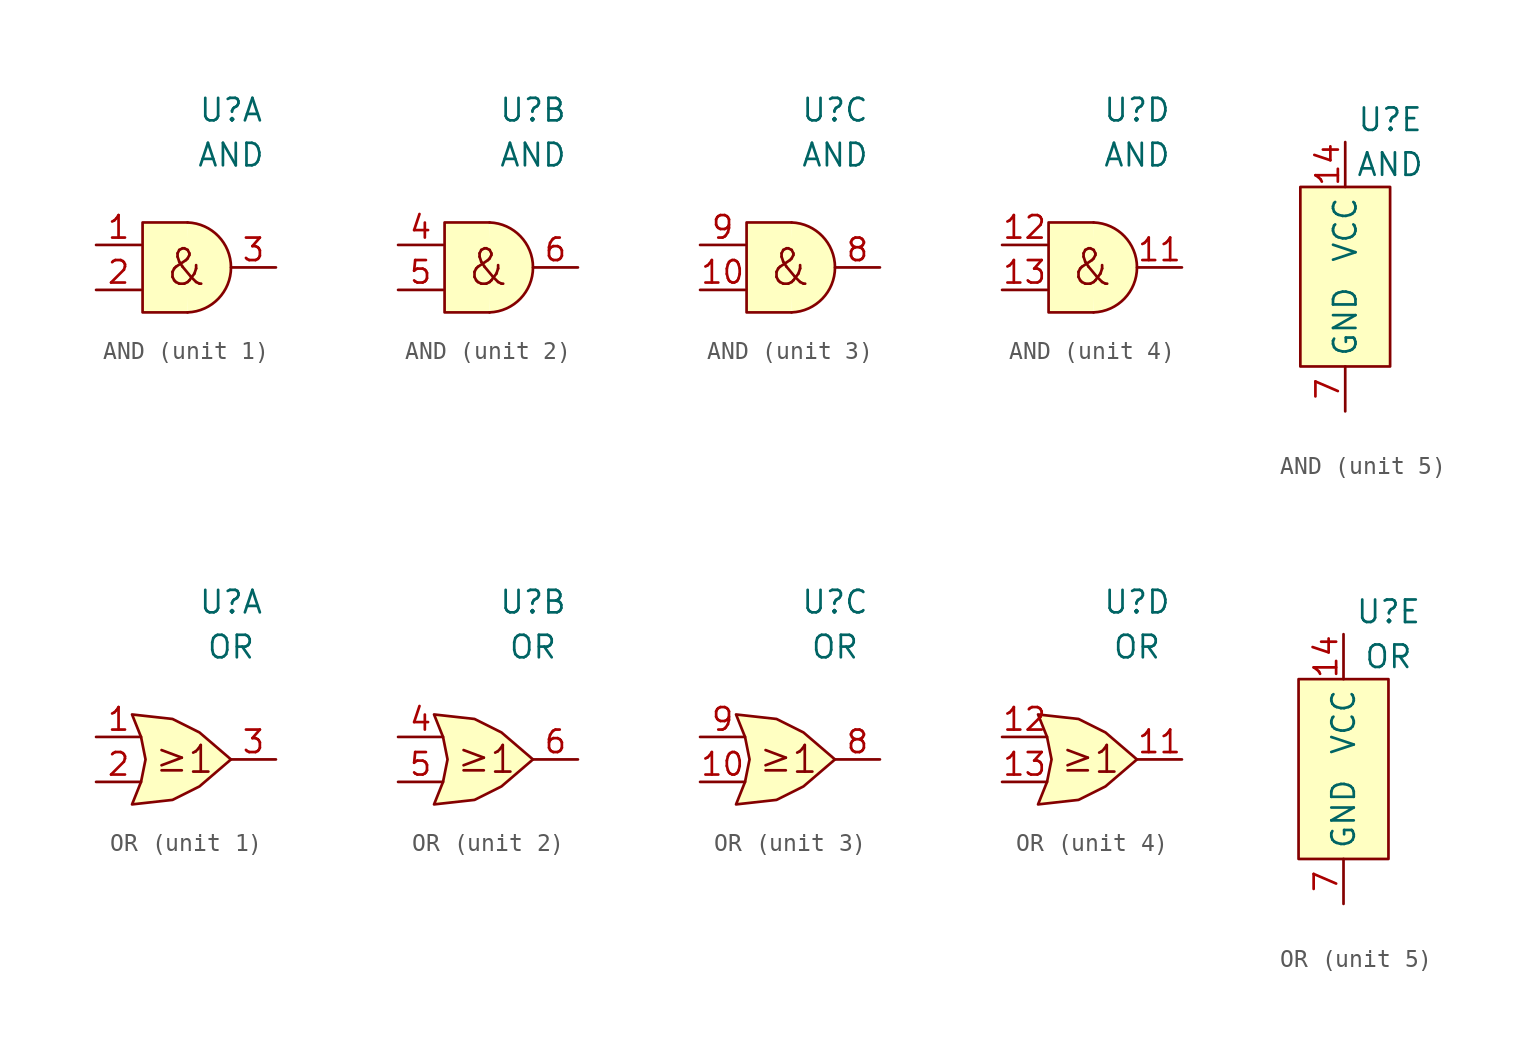
<source format=kicad_sym>
(kicad_symbol_lib
  (version 20220914)
  (generator kicad_symbol_editor)
  (symbol "AND"
    (property "Reference" "U"
      (at 2.54 8.89 0)
      (effects (font (size 1.27 1.27))))
    (property "Value" "AND"
      (at 2.54 6.35 0)
      (effects (font (size 1.27 1.27))))
    (property "ki_locked" ""
      (at 0 0 0)
      (effects (font (size 1.27 1.27))))
    (symbol "AND_1_1"
      (polyline (pts (xy 0.087 2.54) (xy -2.453 2.54) (xy -2.453 -2.54) (xy 0.087 -2.54)) (stroke (width 0) (type default)) (fill (type background)))
      (arc (start 0.0873 -2.54) (mid 2.5415 0) (end 0.0873 2.54) (stroke (width 0) (type default)) (fill (type background)))
      (text "&" (at 0 0 0) (effects (font (size 2 2))))
      (pin input line (at -5.08 1.27 0) (length 2.54) (name "" (effects (font (size 1.27 1.27)))) (number "1" (effects (font (size 1.27 1.27)))))
      (pin input line (at -5.08 -1.27 0) (length 2.54) (name "" (effects (font (size 1.27 1.27)))) (number "2" (effects (font (size 1.27 1.27)))))
      (pin output line (at 5.08 0 180) (length 2.54) (name "" (effects (font (size 1.27 1.27)))) (number "3" (effects (font (size 1.27 1.27))))))
    (symbol "AND_2_1"
      (polyline (pts (xy 0.087 2.54) (xy -2.453 2.54) (xy -2.453 -2.54) (xy 0.087 -2.54)) (stroke (width 0) (type default)) (fill (type background)))
      (arc (start 0.0873 -2.54) (mid 2.5415 0) (end 0.0873 2.54) (stroke (width 0) (type default)) (fill (type background)))
      (text "&" (at 0 0 0) (effects (font (size 2 2))))
      (pin input line (at -5.08 1.27 0) (length 2.54) (name "" (effects (font (size 1.27 1.27)))) (number "4" (effects (font (size 1.27 1.27)))))
      (pin input line (at -5.08 -1.27 0) (length 2.54) (name "" (effects (font (size 1.27 1.27)))) (number "5" (effects (font (size 1.27 1.27)))))
      (pin output line (at 5.08 0 180) (length 2.54) (name "" (effects (font (size 1.27 1.27)))) (number "6" (effects (font (size 1.27 1.27))))))
    (symbol "AND_3_1"
      (polyline (pts (xy 0.087 2.54) (xy -2.453 2.54) (xy -2.453 -2.54) (xy 0.087 -2.54)) (stroke (width 0) (type default)) (fill (type background)))
      (arc (start 0.0873 -2.54) (mid 2.5415 0) (end 0.0873 2.54) (stroke (width 0) (type default)) (fill (type background)))
      (text "&" (at 0 0 0) (effects (font (size 2 2))))
      (pin input line (at -5.08 -1.27 0) (length 2.54) (name "" (effects (font (size 1.27 1.27)))) (number "10" (effects (font (size 1.27 1.27)))))
      (pin output line (at 5.08 0 180) (length 2.54) (name "" (effects (font (size 1.27 1.27)))) (number "8" (effects (font (size 1.27 1.27)))))
      (pin input line (at -5.08 1.27 0) (length 2.54) (name "" (effects (font (size 1.27 1.27)))) (number "9" (effects (font (size 1.27 1.27))))))
    (symbol "AND_4_1"
      (polyline (pts (xy 0.087 2.54) (xy -2.453 2.54) (xy -2.453 -2.54) (xy 0.087 -2.54)) (stroke (width 0) (type default)) (fill (type background)))
      (arc (start 0.0873 -2.54) (mid 2.5415 0) (end 0.0873 2.54) (stroke (width 0) (type default)) (fill (type background)))
      (text "&" (at 0 0 0) (effects (font (size 2 2))))
      (pin output line (at 5.08 0 180) (length 2.54) (name "" (effects (font (size 1.27 1.27)))) (number "11" (effects (font (size 1.27 1.27)))))
      (pin input line (at -5.08 1.27 0) (length 2.54) (name "" (effects (font (size 1.27 1.27)))) (number "12" (effects (font (size 1.27 1.27)))))
      (pin input line (at -5.08 -1.27 0) (length 2.54) (name "" (effects (font (size 1.27 1.27)))) (number "13" (effects (font (size 1.27 1.27))))))
    (symbol "AND_5_1"
      (rectangle (start -2.54 5.08) (end 2.54 -5.08) (stroke (width 0) (type default)) (fill (type background)))
      (pin power_in line (at 0 7.62 270) (length 2.54) (name "VCC" (effects (font (size 1.27 1.27)))) (number "14" (effects (font (size 1.27 1.27)))))
      (pin power_in line (at 0 -7.62 90) (length 2.54) (name "GND" (effects (font (size 1.27 1.27)))) (number "7" (effects (font (size 1.27 1.27)))))))
  (symbol "OR"
    (property "Reference" "U"
      (at 2.54 8.89 0)
      (effects (font (size 1.27 1.27))))
    (property "Value" "OR"
      (at 2.54 6.35 0)
      (effects (font (size 1.27 1.27))))
    (property "ki_locked" ""
      (at 0 0 0)
      (effects (font (size 1.27 1.27))))
    (symbol "OR_1_1"
      (polyline (pts (xy -3.048 2.54) (xy -2.54 1.27) (xy -2.286 0) (xy -2.54 -1.27) (xy -3.048 -2.54) (xy -0.762 -2.286) (xy 0.762 -1.524) (xy 2.54 0) (xy 0.762 1.524) (xy -0.762 2.286) (xy -3.048 2.54)) (stroke (width 0) (type default)) (fill (type background)))
      (text "≥1" (at -0.095 0 0) (effects (font (size 1.5 1.5))))
      (pin input line (at -5.08 1.27 0) (length 2.54) (name "" (effects (font (size 1.27 1.27)))) (number "1" (effects (font (size 1.27 1.27)))))
      (pin input line (at -5.08 -1.27 0) (length 2.54) (name "" (effects (font (size 1.27 1.27)))) (number "2" (effects (font (size 1.27 1.27)))))
      (pin output line (at 5.08 0 180) (length 2.54) (name "" (effects (font (size 1.27 1.27)))) (number "3" (effects (font (size 1.27 1.27))))))
    (symbol "OR_2_1"
      (polyline (pts (xy -3.048 2.54) (xy -2.54 1.27) (xy -2.286 0) (xy -2.54 -1.27) (xy -3.048 -2.54) (xy -0.762 -2.286) (xy 0.762 -1.524) (xy 2.54 0) (xy 0.762 1.524) (xy -0.762 2.286) (xy -3.048 2.54)) (stroke (width 0) (type default)) (fill (type background)))
      (text "≥1" (at -0.094 0 0) (effects (font (size 1.5 1.5))))
      (pin input line (at -5.08 1.27 0) (length 2.54) (name "" (effects (font (size 1.27 1.27)))) (number "4" (effects (font (size 1.27 1.27)))))
      (pin input line (at -5.08 -1.27 0) (length 2.54) (name "" (effects (font (size 1.27 1.27)))) (number "5" (effects (font (size 1.27 1.27)))))
      (pin output line (at 5.08 0 180) (length 2.54) (name "" (effects (font (size 1.27 1.27)))) (number "6" (effects (font (size 1.27 1.27))))))
    (symbol "OR_3_1"
      (polyline (pts (xy -3.048 2.54) (xy -2.54 1.27) (xy -2.286 0) (xy -2.54 -1.27) (xy -3.048 -2.54) (xy -0.762 -2.286) (xy 0.762 -1.524) (xy 2.54 0) (xy 0.762 1.524) (xy -0.762 2.286) (xy -3.048 2.54)) (stroke (width 0) (type default)) (fill (type background)))
      (text "≥1" (at -0.094 0 0) (effects (font (size 1.5 1.5))))
      (pin input line (at -5.08 -1.27 0) (length 2.54) (name "" (effects (font (size 1.27 1.27)))) (number "10" (effects (font (size 1.27 1.27)))))
      (pin output line (at 5.08 0 180) (length 2.54) (name "" (effects (font (size 1.27 1.27)))) (number "8" (effects (font (size 1.27 1.27)))))
      (pin input line (at -5.08 1.27 0) (length 2.54) (name "" (effects (font (size 1.27 1.27)))) (number "9" (effects (font (size 1.27 1.27))))))
    (symbol "OR_4_1"
      (polyline (pts (xy -3.048 2.54) (xy -2.54 1.27) (xy -2.286 0) (xy -2.54 -1.27) (xy -3.048 -2.54) (xy -0.762 -2.286) (xy 0.762 -1.524) (xy 2.54 0) (xy 0.762 1.524) (xy -0.762 2.286) (xy -3.048 2.54)) (stroke (width 0) (type default)) (fill (type background)))
      (text "≥1" (at -0.094 0 0) (effects (font (size 1.5 1.5))))
      (pin output line (at 5.08 0 180) (length 2.54) (name "" (effects (font (size 1.27 1.27)))) (number "11" (effects (font (size 1.27 1.27)))))
      (pin input line (at -5.08 1.27 0) (length 2.54) (name "" (effects (font (size 1.27 1.27)))) (number "12" (effects (font (size 1.27 1.27)))))
      (pin input line (at -5.08 -1.27 0) (length 2.54) (name "" (effects (font (size 1.27 1.27)))) (number "13" (effects (font (size 1.27 1.27))))))
    (symbol "OR_5_1"
      (rectangle (start -2.54 5.08) (end 2.54 -5.08) (stroke (width 0) (type default)) (fill (type background)))
      (pin power_in line (at 0 7.62 270) (length 2.54) (name "VCC" (effects (font (size 1.27 1.27)))) (number "14" (effects (font (size 1.27 1.27)))))
      (pin power_in line (at 0 -7.62 90) (length 2.54) (name "GND" (effects (font (size 1.27 1.27)))) (number "7" (effects (font (size 1.27 1.27))))))))
</source>
